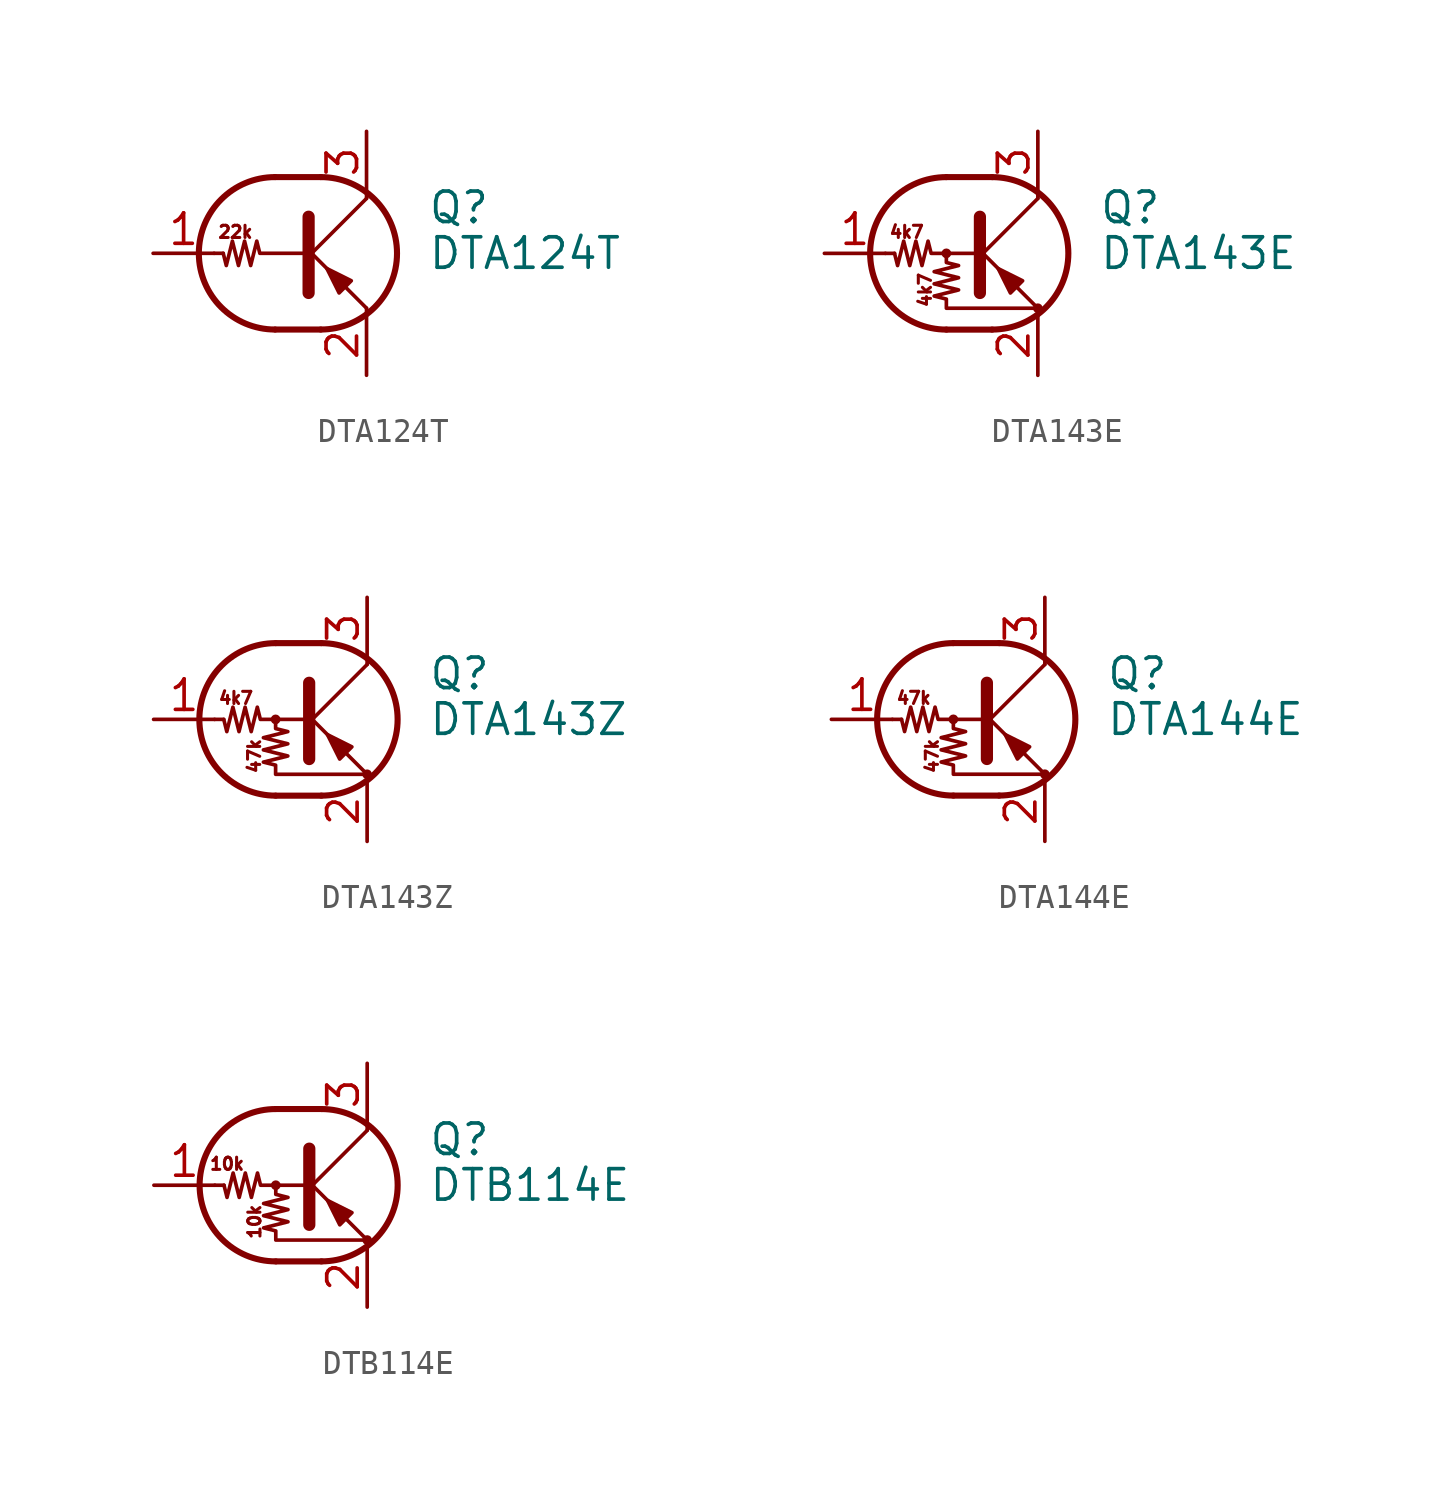
<source format=kicad_sym>
(kicad_symbol_lib
  (version 20231120)
  (generator "kicad_symbol_editor")
  (generator_version "8.0")
  (symbol "DTA124T"
    (pin_names
      (offset 0) hide)
    (property "Reference" "Q"
      (at 5.08 1.905 0)
      (effects (font (size 1.27 1.27)) (justify left)))
    (property "Value" "DTA124T"
      (at 5.08 0 0)
      (effects (font (size 1.27 1.27)) (justify left)))
    (symbol "DTA124T_0_0"
      (polyline (pts (xy 2.54 -2.286) (xy 2.54 -2.54)) (stroke (width 0) (type default)) (fill (type none)))
      (text "22k" (at -2.921 0.889 0) (effects (font (size 0.508 0.508)))))
    (symbol "DTA124T_0_1"
      (arc (start -1.27 3.175) (mid -4.4312 0) (end -1.27 -3.175) (stroke (width 0.254) (type default)) (fill (type none)))
      (polyline (pts (xy -3.429 0) (xy -3.81 0)) (stroke (width 0) (type default)) (fill (type none)))
      (polyline (pts (xy -1.27 -3.175) (xy 0.635 -3.175)) (stroke (width 0.254) (type default)) (fill (type none)))
      (polyline (pts (xy -1.27 3.175) (xy 0.635 3.175)) (stroke (width 0.254) (type default)) (fill (type none)))
      (polyline (pts (xy 0 -0.254) (xy 2.54 2.286)) (stroke (width 0) (type default)) (fill (type none)))
      (polyline (pts (xy 0.127 1.524) (xy 0.127 -1.651)) (stroke (width 0.508) (type default)) (fill (type outline)))
      (polyline (pts (xy 2.54 2.286) (xy 2.54 2.54)) (stroke (width 0) (type default)) (fill (type none)))
      (polyline (pts (xy 2.54 -2.286) (xy 0 0.254) (xy 0 0.254)) (stroke (width 0) (type default)) (fill (type none)))
      (polyline (pts (xy 1.397 -1.651) (xy 1.905 -1.143) (xy 0.889 -0.635) (xy 1.397 -1.651)) (stroke (width 0) (type default)) (fill (type outline)))
      (polyline (pts (xy 0 0) (xy -1.905 0) (xy -2.032 0.508) (xy -2.286 -0.508) (xy -2.54 0.508) (xy -2.794 -0.508) (xy -3.048 0.508) (xy -3.302 -0.508) (xy -3.429 0)) (stroke (width 0) (type default)) (fill (type none)))
      (arc (start 0.635 -3.175) (mid 3.7962 0) (end 0.635 3.175) (stroke (width 0.254) (type default)) (fill (type none))))
    (symbol "DTA124T_1_1"
      (pin input line (at -6.35 0 0) (length 2.54) (name "B" (effects (font (size 1.27 1.27)))) (number "1" (effects (font (size 1.27 1.27)))))
      (pin passive line (at 2.54 -5.08 90) (length 2.54) (name "E" (effects (font (size 1.27 1.27)))) (number "2" (effects (font (size 1.27 1.27)))))
      (pin passive line (at 2.54 5.08 270) (length 2.54) (name "C" (effects (font (size 1.27 1.27)))) (number "3" (effects (font (size 1.27 1.27)))))))
  (symbol "DTA143E"
    (pin_names
      (offset 0) hide)
    (property "Reference" "Q"
      (at 5.08 1.905 0)
      (effects (font (size 1.27 1.27)) (justify left)))
    (property "Value" "DTA143E"
      (at 5.08 0 0)
      (effects (font (size 1.27 1.27)) (justify left)))
    (symbol "DTA143E_0_0"
      (text "4k7" (at -2.921 0.889 0) (effects (font (size 0.508 0.508))))
      (text "4k7" (at -2.159 -1.524 900) (effects (font (size 0.508 0.508)))))
    (symbol "DTA143E_0_1"
      (circle (center -1.27 0) (radius 0.127) (stroke (width 0) (type default)) (fill (type none)))
      (arc (start -1.27 3.175) (mid -4.4312 0) (end -1.27 -3.175) (stroke (width 0.254) (type default)) (fill (type none)))
      (polyline (pts (xy -3.429 0) (xy -3.81 0)) (stroke (width 0) (type default)) (fill (type none)))
      (polyline (pts (xy -1.27 -3.175) (xy 0.635 -3.175)) (stroke (width 0.254) (type default)) (fill (type none)))
      (polyline (pts (xy -1.27 3.175) (xy 0.635 3.175)) (stroke (width 0.254) (type default)) (fill (type none)))
      (polyline (pts (xy 0 -0.254) (xy 2.54 2.286)) (stroke (width 0) (type default)) (fill (type none)))
      (polyline (pts (xy 0.127 1.524) (xy 0.127 -1.651)) (stroke (width 0.508) (type default)) (fill (type outline)))
      (polyline (pts (xy 2.54 2.286) (xy 2.54 2.54)) (stroke (width 0) (type default)) (fill (type none)))
      (polyline (pts (xy 2.54 -2.286) (xy 0 0.254) (xy 0 0.254)) (stroke (width 0) (type default)) (fill (type none)))
      (polyline (pts (xy 1.397 -1.651) (xy 1.905 -1.143) (xy 0.889 -0.635) (xy 1.397 -1.651)) (stroke (width 0) (type default)) (fill (type outline)))
      (polyline (pts (xy 0 0) (xy -1.905 0) (xy -2.032 0.508) (xy -2.286 -0.508) (xy -2.54 0.508) (xy -2.794 -0.508) (xy -3.048 0.508) (xy -3.302 -0.508) (xy -3.429 0)) (stroke (width 0) (type default)) (fill (type none)))
      (polyline (pts (xy -1.27 0) (xy -1.27 -0.381) (xy -0.762 -0.508) (xy -1.778 -0.762) (xy -0.762 -1.016) (xy -1.778 -1.27) (xy -0.762 -1.524) (xy -1.778 -1.778) (xy -1.27 -1.905) (xy -1.27 -2.286) (xy 2.54 -2.286)) (stroke (width 0) (type default)) (fill (type none)))
      (arc (start 0.635 -3.175) (mid 3.7962 0) (end 0.635 3.175) (stroke (width 0.254) (type default)) (fill (type none)))
      (circle (center 2.54 -2.286) (radius 0.127) (stroke (width 0) (type default)) (fill (type none))))
    (symbol "DTA143E_1_1"
      (pin input line (at -6.35 0 0) (length 2.54) (name "B" (effects (font (size 1.27 1.27)))) (number "1" (effects (font (size 1.27 1.27)))))
      (pin passive line (at 2.54 -5.08 90) (length 2.54) (name "E" (effects (font (size 1.27 1.27)))) (number "2" (effects (font (size 1.27 1.27)))))
      (pin passive line (at 2.54 5.08 270) (length 2.54) (name "C" (effects (font (size 1.27 1.27)))) (number "3" (effects (font (size 1.27 1.27)))))))
  (symbol "DTA143Z"
    (pin_names
      (offset 0) hide)
    (property "Reference" "Q"
      (at 5.08 1.905 0)
      (effects (font (size 1.27 1.27)) (justify left)))
    (property "Value" "DTA143Z"
      (at 5.08 0 0)
      (effects (font (size 1.27 1.27)) (justify left)))
    (symbol "DTA143Z_0_0"
      (text "47k" (at -2.159 -1.524 900) (effects (font (size 0.508 0.508))))
      (text "4k7" (at -2.921 0.889 0) (effects (font (size 0.508 0.508)))))
    (symbol "DTA143Z_0_1"
      (circle (center -1.27 0) (radius 0.127) (stroke (width 0) (type default)) (fill (type none)))
      (arc (start -1.27 3.175) (mid -4.4312 0) (end -1.27 -3.175) (stroke (width 0.254) (type default)) (fill (type none)))
      (polyline (pts (xy -3.429 0) (xy -3.81 0)) (stroke (width 0) (type default)) (fill (type none)))
      (polyline (pts (xy -1.27 -3.175) (xy 0.635 -3.175)) (stroke (width 0.254) (type default)) (fill (type none)))
      (polyline (pts (xy -1.27 3.175) (xy 0.635 3.175)) (stroke (width 0.254) (type default)) (fill (type none)))
      (polyline (pts (xy 0 -0.254) (xy 2.54 2.286)) (stroke (width 0) (type default)) (fill (type none)))
      (polyline (pts (xy 0.127 1.524) (xy 0.127 -1.651)) (stroke (width 0.508) (type default)) (fill (type outline)))
      (polyline (pts (xy 2.54 2.286) (xy 2.54 2.54)) (stroke (width 0) (type default)) (fill (type none)))
      (polyline (pts (xy 2.54 -2.286) (xy 0 0.254) (xy 0 0.254)) (stroke (width 0) (type default)) (fill (type none)))
      (polyline (pts (xy 1.397 -1.651) (xy 1.905 -1.143) (xy 0.889 -0.635) (xy 1.397 -1.651)) (stroke (width 0) (type default)) (fill (type outline)))
      (polyline (pts (xy 0 0) (xy -1.905 0) (xy -2.032 0.508) (xy -2.286 -0.508) (xy -2.54 0.508) (xy -2.794 -0.508) (xy -3.048 0.508) (xy -3.302 -0.508) (xy -3.429 0)) (stroke (width 0) (type default)) (fill (type none)))
      (polyline (pts (xy -1.27 0) (xy -1.27 -0.381) (xy -0.762 -0.508) (xy -1.778 -0.762) (xy -0.762 -1.016) (xy -1.778 -1.27) (xy -0.762 -1.524) (xy -1.778 -1.778) (xy -1.27 -1.905) (xy -1.27 -2.286) (xy 2.54 -2.286)) (stroke (width 0) (type default)) (fill (type none)))
      (arc (start 0.635 -3.175) (mid 3.7962 0) (end 0.635 3.175) (stroke (width 0.254) (type default)) (fill (type none)))
      (circle (center 2.54 -2.286) (radius 0.127) (stroke (width 0) (type default)) (fill (type none))))
    (symbol "DTA143Z_1_1"
      (pin input line (at -6.35 0 0) (length 2.54) (name "B" (effects (font (size 1.27 1.27)))) (number "1" (effects (font (size 1.27 1.27)))))
      (pin passive line (at 2.54 -5.08 90) (length 2.54) (name "E" (effects (font (size 1.27 1.27)))) (number "2" (effects (font (size 1.27 1.27)))))
      (pin passive line (at 2.54 5.08 270) (length 2.54) (name "C" (effects (font (size 1.27 1.27)))) (number "3" (effects (font (size 1.27 1.27)))))))
  (symbol "DTA144E"
    (pin_names
      (offset 0) hide)
    (property "Reference" "Q"
      (at 5.08 1.905 0)
      (effects (font (size 1.27 1.27)) (justify left)))
    (property "Value" "DTA144E"
      (at 5.08 0 0)
      (effects (font (size 1.27 1.27)) (justify left)))
    (symbol "DTA144E_0_0"
      (text "47k" (at -2.921 0.889 0) (effects (font (size 0.508 0.508))))
      (text "47k" (at -2.159 -1.524 900) (effects (font (size 0.508 0.508)))))
    (symbol "DTA144E_0_1"
      (circle (center -1.27 0) (radius 0.127) (stroke (width 0) (type default)) (fill (type none)))
      (arc (start -1.27 3.175) (mid -4.4312 0) (end -1.27 -3.175) (stroke (width 0.254) (type default)) (fill (type none)))
      (polyline (pts (xy -3.429 0) (xy -3.81 0)) (stroke (width 0) (type default)) (fill (type none)))
      (polyline (pts (xy -1.27 -3.175) (xy 0.635 -3.175)) (stroke (width 0.254) (type default)) (fill (type none)))
      (polyline (pts (xy -1.27 3.175) (xy 0.635 3.175)) (stroke (width 0.254) (type default)) (fill (type none)))
      (polyline (pts (xy 0 -0.254) (xy 2.54 2.286)) (stroke (width 0) (type default)) (fill (type none)))
      (polyline (pts (xy 0.127 1.524) (xy 0.127 -1.651)) (stroke (width 0.508) (type default)) (fill (type outline)))
      (polyline (pts (xy 2.54 2.286) (xy 2.54 2.54)) (stroke (width 0) (type default)) (fill (type none)))
      (polyline (pts (xy 2.54 -2.286) (xy 0 0.254) (xy 0 0.254)) (stroke (width 0) (type default)) (fill (type none)))
      (polyline (pts (xy 1.397 -1.651) (xy 1.905 -1.143) (xy 0.889 -0.635) (xy 1.397 -1.651)) (stroke (width 0) (type default)) (fill (type outline)))
      (polyline (pts (xy 0 0) (xy -1.905 0) (xy -2.032 0.508) (xy -2.286 -0.508) (xy -2.54 0.508) (xy -2.794 -0.508) (xy -3.048 0.508) (xy -3.302 -0.508) (xy -3.429 0)) (stroke (width 0) (type default)) (fill (type none)))
      (polyline (pts (xy -1.27 0) (xy -1.27 -0.381) (xy -0.762 -0.508) (xy -1.778 -0.762) (xy -0.762 -1.016) (xy -1.778 -1.27) (xy -0.762 -1.524) (xy -1.778 -1.778) (xy -1.27 -1.905) (xy -1.27 -2.286) (xy 2.54 -2.286)) (stroke (width 0) (type default)) (fill (type none)))
      (arc (start 0.635 -3.175) (mid 3.7962 0) (end 0.635 3.175) (stroke (width 0.254) (type default)) (fill (type none)))
      (circle (center 2.54 -2.286) (radius 0.127) (stroke (width 0) (type default)) (fill (type none))))
    (symbol "DTA144E_1_1"
      (pin input line (at -6.35 0 0) (length 2.54) (name "B" (effects (font (size 1.27 1.27)))) (number "1" (effects (font (size 1.27 1.27)))))
      (pin passive line (at 2.54 -5.08 90) (length 2.54) (name "E" (effects (font (size 1.27 1.27)))) (number "2" (effects (font (size 1.27 1.27)))))
      (pin passive line (at 2.54 5.08 270) (length 2.54) (name "C" (effects (font (size 1.27 1.27)))) (number "3" (effects (font (size 1.27 1.27)))))))
  (symbol "DTB114E"
    (pin_names
      (offset 0) hide)
    (property "Reference" "Q"
      (at 5.08 1.905 0)
      (effects (font (size 1.27 1.27)) (justify left)))
    (property "Value" "DTB114E"
      (at 5.08 0 0)
      (effects (font (size 1.27 1.27)) (justify left)))
    (symbol "DTB114E_0_0"
      (text "10k" (at -3.302 0.889 0) (effects (font (size 0.508 0.508))))
      (text "10k" (at -2.159 -1.524 900) (effects (font (size 0.508 0.508)))))
    (symbol "DTB114E_0_1"
      (circle (center -1.27 0) (radius 0.127) (stroke (width 0) (type default)) (fill (type none)))
      (arc (start -1.27 3.175) (mid -4.4312 0) (end -1.27 -3.175) (stroke (width 0.254) (type default)) (fill (type none)))
      (polyline (pts (xy -3.429 0) (xy -3.81 0)) (stroke (width 0) (type default)) (fill (type none)))
      (polyline (pts (xy -1.27 -3.175) (xy 0.635 -3.175)) (stroke (width 0.254) (type default)) (fill (type none)))
      (polyline (pts (xy -1.27 3.175) (xy 0.635 3.175)) (stroke (width 0.254) (type default)) (fill (type none)))
      (polyline (pts (xy 0 -0.254) (xy 2.54 2.286)) (stroke (width 0) (type default)) (fill (type none)))
      (polyline (pts (xy 0.127 1.524) (xy 0.127 -1.651)) (stroke (width 0.508) (type default)) (fill (type outline)))
      (polyline (pts (xy 2.54 2.286) (xy 2.54 2.54)) (stroke (width 0) (type default)) (fill (type none)))
      (polyline (pts (xy 2.54 -2.286) (xy 0 0.254) (xy 0 0.254)) (stroke (width 0) (type default)) (fill (type none)))
      (polyline (pts (xy 1.397 -1.651) (xy 1.905 -1.143) (xy 0.889 -0.635) (xy 1.397 -1.651)) (stroke (width 0) (type default)) (fill (type outline)))
      (polyline (pts (xy 0 0) (xy -1.905 0) (xy -2.032 0.508) (xy -2.286 -0.508) (xy -2.54 0.508) (xy -2.794 -0.508) (xy -3.048 0.508) (xy -3.302 -0.508) (xy -3.429 0)) (stroke (width 0) (type default)) (fill (type none)))
      (polyline (pts (xy -1.27 0) (xy -1.27 -0.381) (xy -0.762 -0.508) (xy -1.778 -0.762) (xy -0.762 -1.016) (xy -1.778 -1.27) (xy -0.762 -1.524) (xy -1.778 -1.778) (xy -1.27 -1.905) (xy -1.27 -2.286) (xy 2.54 -2.286)) (stroke (width 0) (type default)) (fill (type none)))
      (arc (start 0.635 -3.175) (mid 3.7962 0) (end 0.635 3.175) (stroke (width 0.254) (type default)) (fill (type none)))
      (circle (center 2.54 -2.286) (radius 0.127) (stroke (width 0) (type default)) (fill (type none))))
    (symbol "DTB114E_1_1"
      (pin input line (at -6.35 0 0) (length 2.54) (name "B" (effects (font (size 1.27 1.27)))) (number "1" (effects (font (size 1.27 1.27)))))
      (pin passive line (at 2.54 -5.08 90) (length 2.54) (name "E" (effects (font (size 1.27 1.27)))) (number "2" (effects (font (size 1.27 1.27)))))
      (pin passive line (at 2.54 5.08 270) (length 2.54) (name "C" (effects (font (size 1.27 1.27)))) (number "3" (effects (font (size 1.27 1.27))))))))
</source>
